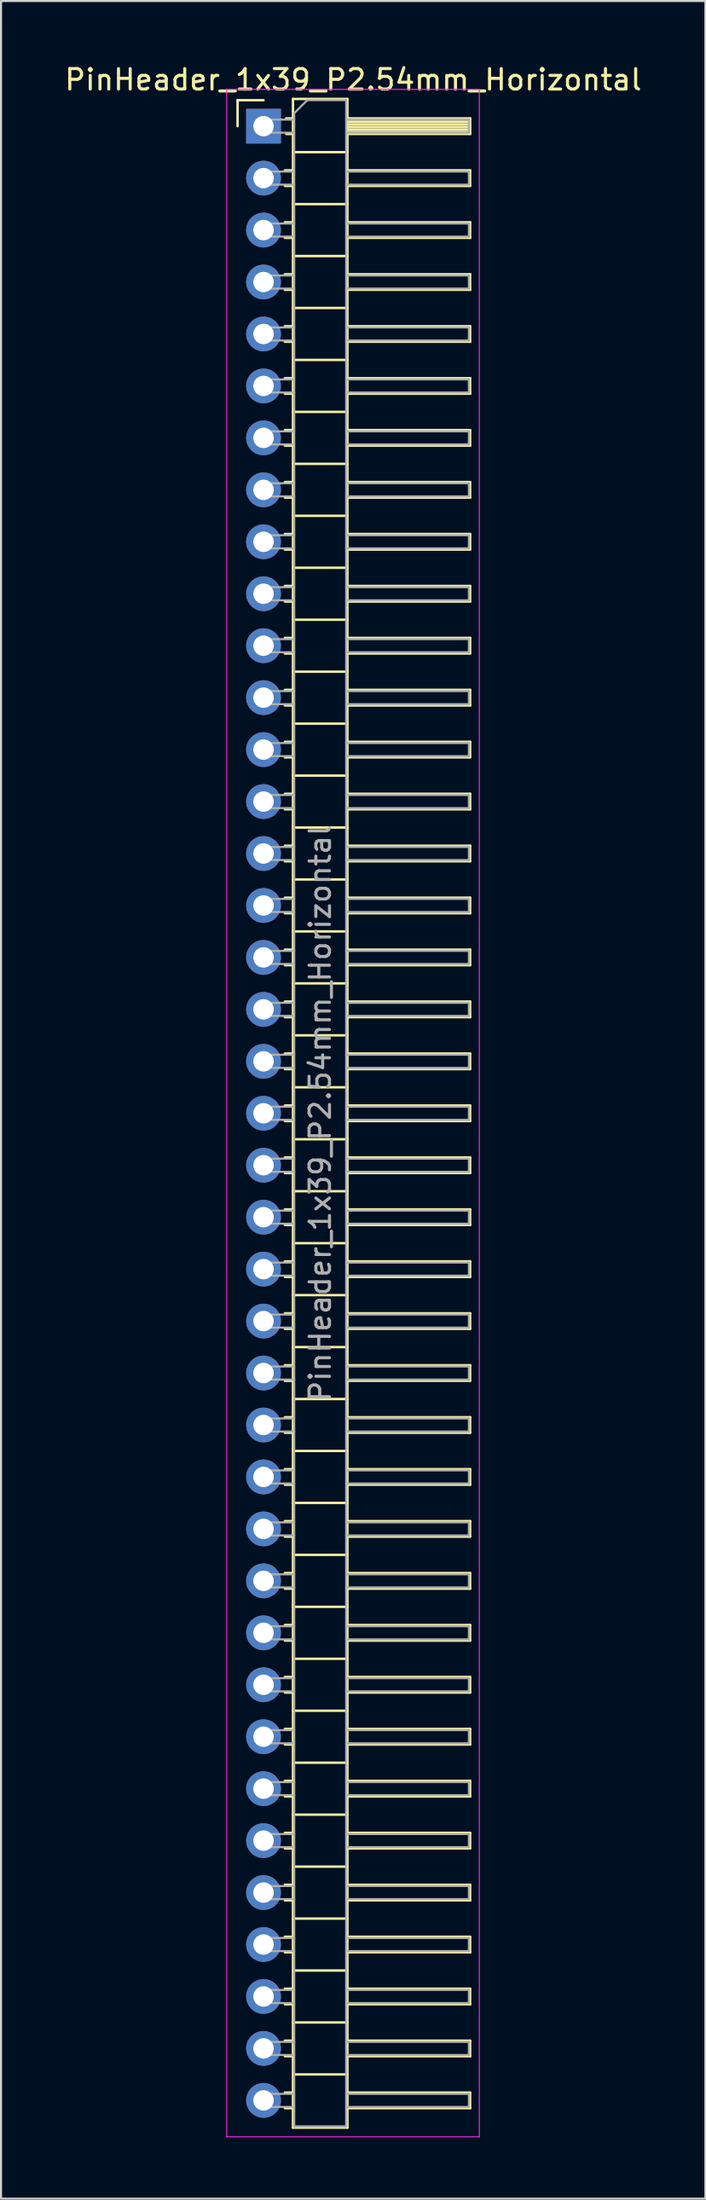
<source format=kicad_pcb>
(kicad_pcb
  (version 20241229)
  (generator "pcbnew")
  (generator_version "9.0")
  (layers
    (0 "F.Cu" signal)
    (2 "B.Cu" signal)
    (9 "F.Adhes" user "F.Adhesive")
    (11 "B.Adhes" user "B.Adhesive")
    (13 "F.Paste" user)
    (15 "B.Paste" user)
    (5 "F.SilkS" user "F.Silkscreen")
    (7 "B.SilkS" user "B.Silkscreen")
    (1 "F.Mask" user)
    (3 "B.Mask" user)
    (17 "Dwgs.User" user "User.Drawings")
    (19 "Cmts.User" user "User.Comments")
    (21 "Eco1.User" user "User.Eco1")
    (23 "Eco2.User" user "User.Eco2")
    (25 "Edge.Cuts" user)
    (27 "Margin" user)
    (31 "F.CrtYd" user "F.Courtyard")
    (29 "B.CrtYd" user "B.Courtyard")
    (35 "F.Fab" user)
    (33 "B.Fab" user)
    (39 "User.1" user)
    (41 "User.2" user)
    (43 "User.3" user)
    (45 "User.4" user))
  (footprint "PinHeader_1x39_P2.54mm_Horizontal"
    (layer "F.Cu")
    (at 9.835 3.118)
    (property "Reference" "PinHeader_1x39_P2.54mm_Horizontal" (at 4.385 -2.27 0) (layer "F.SilkS") (effects (font (size 1 1) (thickness 0.15))))
    (attr through_hole)
    (fp_line (start -1.27 -1.27) (end 0 -1.27) (stroke (width 0.12) (type solid)) (layer "F.SilkS"))
    (fp_line (start -1.27 0) (end -1.27 -1.27) (stroke (width 0.12) (type solid)) (layer "F.SilkS"))
    (fp_line (start 1.043 2.16) (end 1.44 2.16) (stroke (width 0.12) (type solid)) (layer "F.SilkS"))
    (fp_line (start 1.043 2.92) (end 1.44 2.92) (stroke (width 0.12) (type solid)) (layer "F.SilkS"))
    (fp_line (start 1.043 4.7) (end 1.44 4.7) (stroke (width 0.12) (type solid)) (layer "F.SilkS"))
    (fp_line (start 1.043 5.46) (end 1.44 5.46) (stroke (width 0.12) (type solid)) (layer "F.SilkS"))
    (fp_line (start 1.043 7.24) (end 1.44 7.24) (stroke (width 0.12) (type solid)) (layer "F.SilkS"))
    (fp_line (start 1.043 8) (end 1.44 8) (stroke (width 0.12) (type solid)) (layer "F.SilkS"))
    (fp_line (start 1.043 9.78) (end 1.44 9.78) (stroke (width 0.12) (type solid)) (layer "F.SilkS"))
    (fp_line (start 1.043 10.54) (end 1.44 10.54) (stroke (width 0.12) (type solid)) (layer "F.SilkS"))
    (fp_line (start 1.043 12.32) (end 1.44 12.32) (stroke (width 0.12) (type solid)) (layer "F.SilkS"))
    (fp_line (start 1.043 13.08) (end 1.44 13.08) (stroke (width 0.12) (type solid)) (layer "F.SilkS"))
    (fp_line (start 1.043 14.86) (end 1.44 14.86) (stroke (width 0.12) (type solid)) (layer "F.SilkS"))
    (fp_line (start 1.043 15.62) (end 1.44 15.62) (stroke (width 0.12) (type solid)) (layer "F.SilkS"))
    (fp_line (start 1.043 17.4) (end 1.44 17.4) (stroke (width 0.12) (type solid)) (layer "F.SilkS"))
    (fp_line (start 1.043 18.16) (end 1.44 18.16) (stroke (width 0.12) (type solid)) (layer "F.SilkS"))
    (fp_line (start 1.043 19.94) (end 1.44 19.94) (stroke (width 0.12) (type solid)) (layer "F.SilkS"))
    (fp_line (start 1.043 20.7) (end 1.44 20.7) (stroke (width 0.12) (type solid)) (layer "F.SilkS"))
    (fp_line (start 1.043 22.48) (end 1.44 22.48) (stroke (width 0.12) (type solid)) (layer "F.SilkS"))
    (fp_line (start 1.043 23.24) (end 1.44 23.24) (stroke (width 0.12) (type solid)) (layer "F.SilkS"))
    (fp_line (start 1.043 25.02) (end 1.44 25.02) (stroke (width 0.12) (type solid)) (layer "F.SilkS"))
    (fp_line (start 1.043 25.78) (end 1.44 25.78) (stroke (width 0.12) (type solid)) (layer "F.SilkS"))
    (fp_line (start 1.043 27.56) (end 1.44 27.56) (stroke (width 0.12) (type solid)) (layer "F.SilkS"))
    (fp_line (start 1.043 28.32) (end 1.44 28.32) (stroke (width 0.12) (type solid)) (layer "F.SilkS"))
    (fp_line (start 1.043 30.1) (end 1.44 30.1) (stroke (width 0.12) (type solid)) (layer "F.SilkS"))
    (fp_line (start 1.043 30.86) (end 1.44 30.86) (stroke (width 0.12) (type solid)) (layer "F.SilkS"))
    (fp_line (start 1.043 32.64) (end 1.44 32.64) (stroke (width 0.12) (type solid)) (layer "F.SilkS"))
    (fp_line (start 1.043 33.4) (end 1.44 33.4) (stroke (width 0.12) (type solid)) (layer "F.SilkS"))
    (fp_line (start 1.043 35.18) (end 1.44 35.18) (stroke (width 0.12) (type solid)) (layer "F.SilkS"))
    (fp_line (start 1.043 35.94) (end 1.44 35.94) (stroke (width 0.12) (type solid)) (layer "F.SilkS"))
    (fp_line (start 1.043 37.72) (end 1.44 37.72) (stroke (width 0.12) (type solid)) (layer "F.SilkS"))
    (fp_line (start 1.043 38.48) (end 1.44 38.48) (stroke (width 0.12) (type solid)) (layer "F.SilkS"))
    (fp_line (start 1.043 40.26) (end 1.44 40.26) (stroke (width 0.12) (type solid)) (layer "F.SilkS"))
    (fp_line (start 1.043 41.02) (end 1.44 41.02) (stroke (width 0.12) (type solid)) (layer "F.SilkS"))
    (fp_line (start 1.043 42.8) (end 1.44 42.8) (stroke (width 0.12) (type solid)) (layer "F.SilkS"))
    (fp_line (start 1.043 43.56) (end 1.44 43.56) (stroke (width 0.12) (type solid)) (layer "F.SilkS"))
    (fp_line (start 1.043 45.34) (end 1.44 45.34) (stroke (width 0.12) (type solid)) (layer "F.SilkS"))
    (fp_line (start 1.043 46.1) (end 1.44 46.1) (stroke (width 0.12) (type solid)) (layer "F.SilkS"))
    (fp_line (start 1.043 47.88) (end 1.44 47.88) (stroke (width 0.12) (type solid)) (layer "F.SilkS"))
    (fp_line (start 1.043 48.64) (end 1.44 48.64) (stroke (width 0.12) (type solid)) (layer "F.SilkS"))
    (fp_line (start 1.043 50.42) (end 1.44 50.42) (stroke (width 0.12) (type solid)) (layer "F.SilkS"))
    (fp_line (start 1.043 51.18) (end 1.44 51.18) (stroke (width 0.12) (type solid)) (layer "F.SilkS"))
    (fp_line (start 1.043 52.96) (end 1.44 52.96) (stroke (width 0.12) (type solid)) (layer "F.SilkS"))
    (fp_line (start 1.043 53.72) (end 1.44 53.72) (stroke (width 0.12) (type solid)) (layer "F.SilkS"))
    (fp_line (start 1.043 55.5) (end 1.44 55.5) (stroke (width 0.12) (type solid)) (layer "F.SilkS"))
    (fp_line (start 1.043 56.26) (end 1.44 56.26) (stroke (width 0.12) (type solid)) (layer "F.SilkS"))
    (fp_line (start 1.043 58.04) (end 1.44 58.04) (stroke (width 0.12) (type solid)) (layer "F.SilkS"))
    (fp_line (start 1.043 58.8) (end 1.44 58.8) (stroke (width 0.12) (type solid)) (layer "F.SilkS"))
    (fp_line (start 1.043 60.58) (end 1.44 60.58) (stroke (width 0.12) (type solid)) (layer "F.SilkS"))
    (fp_line (start 1.043 61.34) (end 1.44 61.34) (stroke (width 0.12) (type solid)) (layer "F.SilkS"))
    (fp_line (start 1.043 63.12) (end 1.44 63.12) (stroke (width 0.12) (type solid)) (layer "F.SilkS"))
    (fp_line (start 1.043 63.88) (end 1.44 63.88) (stroke (width 0.12) (type solid)) (layer "F.SilkS"))
    (fp_line (start 1.043 65.66) (end 1.44 65.66) (stroke (width 0.12) (type solid)) (layer "F.SilkS"))
    (fp_line (start 1.043 66.42) (end 1.44 66.42) (stroke (width 0.12) (type solid)) (layer "F.SilkS"))
    (fp_line (start 1.043 68.2) (end 1.44 68.2) (stroke (width 0.12) (type solid)) (layer "F.SilkS"))
    (fp_line (start 1.043 68.96) (end 1.44 68.96) (stroke (width 0.12) (type solid)) (layer "F.SilkS"))
    (fp_line (start 1.043 70.74) (end 1.44 70.74) (stroke (width 0.12) (type solid)) (layer "F.SilkS"))
    (fp_line (start 1.043 71.5) (end 1.44 71.5) (stroke (width 0.12) (type solid)) (layer "F.SilkS"))
    (fp_line (start 1.043 73.28) (end 1.44 73.28) (stroke (width 0.12) (type solid)) (layer "F.SilkS"))
    (fp_line (start 1.043 74.04) (end 1.44 74.04) (stroke (width 0.12) (type solid)) (layer "F.SilkS"))
    (fp_line (start 1.043 75.82) (end 1.44 75.82) (stroke (width 0.12) (type solid)) (layer "F.SilkS"))
    (fp_line (start 1.043 76.58) (end 1.44 76.58) (stroke (width 0.12) (type solid)) (layer "F.SilkS"))
    (fp_line (start 1.043 78.36) (end 1.44 78.36) (stroke (width 0.12) (type solid)) (layer "F.SilkS"))
    (fp_line (start 1.043 79.12) (end 1.44 79.12) (stroke (width 0.12) (type solid)) (layer "F.SilkS"))
    (fp_line (start 1.043 80.9) (end 1.44 80.9) (stroke (width 0.12) (type solid)) (layer "F.SilkS"))
    (fp_line (start 1.043 81.66) (end 1.44 81.66) (stroke (width 0.12) (type solid)) (layer "F.SilkS"))
    (fp_line (start 1.043 83.44) (end 1.44 83.44) (stroke (width 0.12) (type solid)) (layer "F.SilkS"))
    (fp_line (start 1.043 84.2) (end 1.44 84.2) (stroke (width 0.12) (type solid)) (layer "F.SilkS"))
    (fp_line (start 1.043 85.98) (end 1.44 85.98) (stroke (width 0.12) (type solid)) (layer "F.SilkS"))
    (fp_line (start 1.043 86.74) (end 1.44 86.74) (stroke (width 0.12) (type solid)) (layer "F.SilkS"))
    (fp_line (start 1.043 88.52) (end 1.44 88.52) (stroke (width 0.12) (type solid)) (layer "F.SilkS"))
    (fp_line (start 1.043 89.28) (end 1.44 89.28) (stroke (width 0.12) (type solid)) (layer "F.SilkS"))
    (fp_line (start 1.043 91.06) (end 1.44 91.06) (stroke (width 0.12) (type solid)) (layer "F.SilkS"))
    (fp_line (start 1.043 91.82) (end 1.44 91.82) (stroke (width 0.12) (type solid)) (layer "F.SilkS"))
    (fp_line (start 1.043 93.6) (end 1.44 93.6) (stroke (width 0.12) (type solid)) (layer "F.SilkS"))
    (fp_line (start 1.043 94.36) (end 1.44 94.36) (stroke (width 0.12) (type solid)) (layer "F.SilkS"))
    (fp_line (start 1.043 96.14) (end 1.44 96.14) (stroke (width 0.12) (type solid)) (layer "F.SilkS"))
    (fp_line (start 1.043 96.9) (end 1.44 96.9) (stroke (width 0.12) (type solid)) (layer "F.SilkS"))
    (fp_line (start 1.11 -0.38) (end 1.44 -0.38) (stroke (width 0.12) (type solid)) (layer "F.SilkS"))
    (fp_line (start 1.11 0.38) (end 1.44 0.38) (stroke (width 0.12) (type solid)) (layer "F.SilkS"))
    (fp_line (start 1.44 -1.33) (end 1.44 97.85) (stroke (width 0.12) (type solid)) (layer "F.SilkS"))
    (fp_line (start 1.44 1.27) (end 4.1 1.27) (stroke (width 0.12) (type solid)) (layer "F.SilkS"))
    (fp_line (start 1.44 3.81) (end 4.1 3.81) (stroke (width 0.12) (type solid)) (layer "F.SilkS"))
    (fp_line (start 1.44 6.35) (end 4.1 6.35) (stroke (width 0.12) (type solid)) (layer "F.SilkS"))
    (fp_line (start 1.44 8.89) (end 4.1 8.89) (stroke (width 0.12) (type solid)) (layer "F.SilkS"))
    (fp_line (start 1.44 11.43) (end 4.1 11.43) (stroke (width 0.12) (type solid)) (layer "F.SilkS"))
    (fp_line (start 1.44 13.97) (end 4.1 13.97) (stroke (width 0.12) (type solid)) (layer "F.SilkS"))
    (fp_line (start 1.44 16.51) (end 4.1 16.51) (stroke (width 0.12) (type solid)) (layer "F.SilkS"))
    (fp_line (start 1.44 19.05) (end 4.1 19.05) (stroke (width 0.12) (type solid)) (layer "F.SilkS"))
    (fp_line (start 1.44 21.59) (end 4.1 21.59) (stroke (width 0.12) (type solid)) (layer "F.SilkS"))
    (fp_line (start 1.44 24.13) (end 4.1 24.13) (stroke (width 0.12) (type solid)) (layer "F.SilkS"))
    (fp_line (start 1.44 26.67) (end 4.1 26.67) (stroke (width 0.12) (type solid)) (layer "F.SilkS"))
    (fp_line (start 1.44 29.21) (end 4.1 29.21) (stroke (width 0.12) (type solid)) (layer "F.SilkS"))
    (fp_line (start 1.44 31.75) (end 4.1 31.75) (stroke (width 0.12) (type solid)) (layer "F.SilkS"))
    (fp_line (start 1.44 34.29) (end 4.1 34.29) (stroke (width 0.12) (type solid)) (layer "F.SilkS"))
    (fp_line (start 1.44 36.83) (end 4.1 36.83) (stroke (width 0.12) (type solid)) (layer "F.SilkS"))
    (fp_line (start 1.44 39.37) (end 4.1 39.37) (stroke (width 0.12) (type solid)) (layer "F.SilkS"))
    (fp_line (start 1.44 41.91) (end 4.1 41.91) (stroke (width 0.12) (type solid)) (layer "F.SilkS"))
    (fp_line (start 1.44 44.45) (end 4.1 44.45) (stroke (width 0.12) (type solid)) (layer "F.SilkS"))
    (fp_line (start 1.44 46.99) (end 4.1 46.99) (stroke (width 0.12) (type solid)) (layer "F.SilkS"))
    (fp_line (start 1.44 49.53) (end 4.1 49.53) (stroke (width 0.12) (type solid)) (layer "F.SilkS"))
    (fp_line (start 1.44 52.07) (end 4.1 52.07) (stroke (width 0.12) (type solid)) (layer "F.SilkS"))
    (fp_line (start 1.44 54.61) (end 4.1 54.61) (stroke (width 0.12) (type solid)) (layer "F.SilkS"))
    (fp_line (start 1.44 57.15) (end 4.1 57.15) (stroke (width 0.12) (type solid)) (layer "F.SilkS"))
    (fp_line (start 1.44 59.69) (end 4.1 59.69) (stroke (width 0.12) (type solid)) (layer "F.SilkS"))
    (fp_line (start 1.44 62.23) (end 4.1 62.23) (stroke (width 0.12) (type solid)) (layer "F.SilkS"))
    (fp_line (start 1.44 64.77) (end 4.1 64.77) (stroke (width 0.12) (type solid)) (layer "F.SilkS"))
    (fp_line (start 1.44 67.31) (end 4.1 67.31) (stroke (width 0.12) (type solid)) (layer "F.SilkS"))
    (fp_line (start 1.44 69.85) (end 4.1 69.85) (stroke (width 0.12) (type solid)) (layer "F.SilkS"))
    (fp_line (start 1.44 72.39) (end 4.1 72.39) (stroke (width 0.12) (type solid)) (layer "F.SilkS"))
    (fp_line (start 1.44 74.93) (end 4.1 74.93) (stroke (width 0.12) (type solid)) (layer "F.SilkS"))
    (fp_line (start 1.44 77.47) (end 4.1 77.47) (stroke (width 0.12) (type solid)) (layer "F.SilkS"))
    (fp_line (start 1.44 80.01) (end 4.1 80.01) (stroke (width 0.12) (type solid)) (layer "F.SilkS"))
    (fp_line (start 1.44 82.55) (end 4.1 82.55) (stroke (width 0.12) (type solid)) (layer "F.SilkS"))
    (fp_line (start 1.44 85.09) (end 4.1 85.09) (stroke (width 0.12) (type solid)) (layer "F.SilkS"))
    (fp_line (start 1.44 87.63) (end 4.1 87.63) (stroke (width 0.12) (type solid)) (layer "F.SilkS"))
    (fp_line (start 1.44 90.17) (end 4.1 90.17) (stroke (width 0.12) (type solid)) (layer "F.SilkS"))
    (fp_line (start 1.44 92.71) (end 4.1 92.71) (stroke (width 0.12) (type solid)) (layer "F.SilkS"))
    (fp_line (start 1.44 95.25) (end 4.1 95.25) (stroke (width 0.12) (type solid)) (layer "F.SilkS"))
    (fp_line (start 1.44 97.85) (end 4.1 97.85) (stroke (width 0.12) (type solid)) (layer "F.SilkS"))
    (fp_line (start 4.1 -1.33) (end 1.44 -1.33) (stroke (width 0.12) (type solid)) (layer "F.SilkS"))
    (fp_line (start 4.1 -0.38) (end 10.1 -0.38) (stroke (width 0.12) (type solid)) (layer "F.SilkS"))
    (fp_line (start 4.1 -0.32) (end 10.1 -0.32) (stroke (width 0.12) (type solid)) (layer "F.SilkS"))
    (fp_line (start 4.1 -0.2) (end 10.1 -0.2) (stroke (width 0.12) (type solid)) (layer "F.SilkS"))
    (fp_line (start 4.1 -0.08) (end 10.1 -0.08) (stroke (width 0.12) (type solid)) (layer "F.SilkS"))
    (fp_line (start 4.1 0.04) (end 10.1 0.04) (stroke (width 0.12) (type solid)) (layer "F.SilkS"))
    (fp_line (start 4.1 0.16) (end 10.1 0.16) (stroke (width 0.12) (type solid)) (layer "F.SilkS"))
    (fp_line (start 4.1 0.28) (end 10.1 0.28) (stroke (width 0.12) (type solid)) (layer "F.SilkS"))
    (fp_line (start 4.1 2.16) (end 10.1 2.16) (stroke (width 0.12) (type solid)) (layer "F.SilkS"))
    (fp_line (start 4.1 4.7) (end 10.1 4.7) (stroke (width 0.12) (type solid)) (layer "F.SilkS"))
    (fp_line (start 4.1 7.24) (end 10.1 7.24) (stroke (width 0.12) (type solid)) (layer "F.SilkS"))
    (fp_line (start 4.1 9.78) (end 10.1 9.78) (stroke (width 0.12) (type solid)) (layer "F.SilkS"))
    (fp_line (start 4.1 12.32) (end 10.1 12.32) (stroke (width 0.12) (type solid)) (layer "F.SilkS"))
    (fp_line (start 4.1 14.86) (end 10.1 14.86) (stroke (width 0.12) (type solid)) (layer "F.SilkS"))
    (fp_line (start 4.1 17.4) (end 10.1 17.4) (stroke (width 0.12) (type solid)) (layer "F.SilkS"))
    (fp_line (start 4.1 19.94) (end 10.1 19.94) (stroke (width 0.12) (type solid)) (layer "F.SilkS"))
    (fp_line (start 4.1 22.48) (end 10.1 22.48) (stroke (width 0.12) (type solid)) (layer "F.SilkS"))
    (fp_line (start 4.1 25.02) (end 10.1 25.02) (stroke (width 0.12) (type solid)) (layer "F.SilkS"))
    (fp_line (start 4.1 27.56) (end 10.1 27.56) (stroke (width 0.12) (type solid)) (layer "F.SilkS"))
    (fp_line (start 4.1 30.1) (end 10.1 30.1) (stroke (width 0.12) (type solid)) (layer "F.SilkS"))
    (fp_line (start 4.1 32.64) (end 10.1 32.64) (stroke (width 0.12) (type solid)) (layer "F.SilkS"))
    (fp_line (start 4.1 35.18) (end 10.1 35.18) (stroke (width 0.12) (type solid)) (layer "F.SilkS"))
    (fp_line (start 4.1 37.72) (end 10.1 37.72) (stroke (width 0.12) (type solid)) (layer "F.SilkS"))
    (fp_line (start 4.1 40.26) (end 10.1 40.26) (stroke (width 0.12) (type solid)) (layer "F.SilkS"))
    (fp_line (start 4.1 42.8) (end 10.1 42.8) (stroke (width 0.12) (type solid)) (layer "F.SilkS"))
    (fp_line (start 4.1 45.34) (end 10.1 45.34) (stroke (width 0.12) (type solid)) (layer "F.SilkS"))
    (fp_line (start 4.1 47.88) (end 10.1 47.88) (stroke (width 0.12) (type solid)) (layer "F.SilkS"))
    (fp_line (start 4.1 50.42) (end 10.1 50.42) (stroke (width 0.12) (type solid)) (layer "F.SilkS"))
    (fp_line (start 4.1 52.96) (end 10.1 52.96) (stroke (width 0.12) (type solid)) (layer "F.SilkS"))
    (fp_line (start 4.1 55.5) (end 10.1 55.5) (stroke (width 0.12) (type solid)) (layer "F.SilkS"))
    (fp_line (start 4.1 58.04) (end 10.1 58.04) (stroke (width 0.12) (type solid)) (layer "F.SilkS"))
    (fp_line (start 4.1 60.58) (end 10.1 60.58) (stroke (width 0.12) (type solid)) (layer "F.SilkS"))
    (fp_line (start 4.1 63.12) (end 10.1 63.12) (stroke (width 0.12) (type solid)) (layer "F.SilkS"))
    (fp_line (start 4.1 65.66) (end 10.1 65.66) (stroke (width 0.12) (type solid)) (layer "F.SilkS"))
    (fp_line (start 4.1 68.2) (end 10.1 68.2) (stroke (width 0.12) (type solid)) (layer "F.SilkS"))
    (fp_line (start 4.1 70.74) (end 10.1 70.74) (stroke (width 0.12) (type solid)) (layer "F.SilkS"))
    (fp_line (start 4.1 73.28) (end 10.1 73.28) (stroke (width 0.12) (type solid)) (layer "F.SilkS"))
    (fp_line (start 4.1 75.82) (end 10.1 75.82) (stroke (width 0.12) (type solid)) (layer "F.SilkS"))
    (fp_line (start 4.1 78.36) (end 10.1 78.36) (stroke (width 0.12) (type solid)) (layer "F.SilkS"))
    (fp_line (start 4.1 80.9) (end 10.1 80.9) (stroke (width 0.12) (type solid)) (layer "F.SilkS"))
    (fp_line (start 4.1 83.44) (end 10.1 83.44) (stroke (width 0.12) (type solid)) (layer "F.SilkS"))
    (fp_line (start 4.1 85.98) (end 10.1 85.98) (stroke (width 0.12) (type solid)) (layer "F.SilkS"))
    (fp_line (start 4.1 88.52) (end 10.1 88.52) (stroke (width 0.12) (type solid)) (layer "F.SilkS"))
    (fp_line (start 4.1 91.06) (end 10.1 91.06) (stroke (width 0.12) (type solid)) (layer "F.SilkS"))
    (fp_line (start 4.1 93.6) (end 10.1 93.6) (stroke (width 0.12) (type solid)) (layer "F.SilkS"))
    (fp_line (start 4.1 96.14) (end 10.1 96.14) (stroke (width 0.12) (type solid)) (layer "F.SilkS"))
    (fp_line (start 4.1 97.85) (end 4.1 -1.33) (stroke (width 0.12) (type solid)) (layer "F.SilkS"))
    (fp_line (start 10.1 -0.38) (end 10.1 0.38) (stroke (width 0.12) (type solid)) (layer "F.SilkS"))
    (fp_line (start 10.1 0.38) (end 4.1 0.38) (stroke (width 0.12) (type solid)) (layer "F.SilkS"))
    (fp_line (start 10.1 2.16) (end 10.1 2.92) (stroke (width 0.12) (type solid)) (layer "F.SilkS"))
    (fp_line (start 10.1 2.92) (end 4.1 2.92) (stroke (width 0.12) (type solid)) (layer "F.SilkS"))
    (fp_line (start 10.1 4.7) (end 10.1 5.46) (stroke (width 0.12) (type solid)) (layer "F.SilkS"))
    (fp_line (start 10.1 5.46) (end 4.1 5.46) (stroke (width 0.12) (type solid)) (layer "F.SilkS"))
    (fp_line (start 10.1 7.24) (end 10.1 8) (stroke (width 0.12) (type solid)) (layer "F.SilkS"))
    (fp_line (start 10.1 8) (end 4.1 8) (stroke (width 0.12) (type solid)) (layer "F.SilkS"))
    (fp_line (start 10.1 9.78) (end 10.1 10.54) (stroke (width 0.12) (type solid)) (layer "F.SilkS"))
    (fp_line (start 10.1 10.54) (end 4.1 10.54) (stroke (width 0.12) (type solid)) (layer "F.SilkS"))
    (fp_line (start 10.1 12.32) (end 10.1 13.08) (stroke (width 0.12) (type solid)) (layer "F.SilkS"))
    (fp_line (start 10.1 13.08) (end 4.1 13.08) (stroke (width 0.12) (type solid)) (layer "F.SilkS"))
    (fp_line (start 10.1 14.86) (end 10.1 15.62) (stroke (width 0.12) (type solid)) (layer "F.SilkS"))
    (fp_line (start 10.1 15.62) (end 4.1 15.62) (stroke (width 0.12) (type solid)) (layer "F.SilkS"))
    (fp_line (start 10.1 17.4) (end 10.1 18.16) (stroke (width 0.12) (type solid)) (layer "F.SilkS"))
    (fp_line (start 10.1 18.16) (end 4.1 18.16) (stroke (width 0.12) (type solid)) (layer "F.SilkS"))
    (fp_line (start 10.1 19.94) (end 10.1 20.7) (stroke (width 0.12) (type solid)) (layer "F.SilkS"))
    (fp_line (start 10.1 20.7) (end 4.1 20.7) (stroke (width 0.12) (type solid)) (layer "F.SilkS"))
    (fp_line (start 10.1 22.48) (end 10.1 23.24) (stroke (width 0.12) (type solid)) (layer "F.SilkS"))
    (fp_line (start 10.1 23.24) (end 4.1 23.24) (stroke (width 0.12) (type solid)) (layer "F.SilkS"))
    (fp_line (start 10.1 25.02) (end 10.1 25.78) (stroke (width 0.12) (type solid)) (layer "F.SilkS"))
    (fp_line (start 10.1 25.78) (end 4.1 25.78) (stroke (width 0.12) (type solid)) (layer "F.SilkS"))
    (fp_line (start 10.1 27.56) (end 10.1 28.32) (stroke (width 0.12) (type solid)) (layer "F.SilkS"))
    (fp_line (start 10.1 28.32) (end 4.1 28.32) (stroke (width 0.12) (type solid)) (layer "F.SilkS"))
    (fp_line (start 10.1 30.1) (end 10.1 30.86) (stroke (width 0.12) (type solid)) (layer "F.SilkS"))
    (fp_line (start 10.1 30.86) (end 4.1 30.86) (stroke (width 0.12) (type solid)) (layer "F.SilkS"))
    (fp_line (start 10.1 32.64) (end 10.1 33.4) (stroke (width 0.12) (type solid)) (layer "F.SilkS"))
    (fp_line (start 10.1 33.4) (end 4.1 33.4) (stroke (width 0.12) (type solid)) (layer "F.SilkS"))
    (fp_line (start 10.1 35.18) (end 10.1 35.94) (stroke (width 0.12) (type solid)) (layer "F.SilkS"))
    (fp_line (start 10.1 35.94) (end 4.1 35.94) (stroke (width 0.12) (type solid)) (layer "F.SilkS"))
    (fp_line (start 10.1 37.72) (end 10.1 38.48) (stroke (width 0.12) (type solid)) (layer "F.SilkS"))
    (fp_line (start 10.1 38.48) (end 4.1 38.48) (stroke (width 0.12) (type solid)) (layer "F.SilkS"))
    (fp_line (start 10.1 40.26) (end 10.1 41.02) (stroke (width 0.12) (type solid)) (layer "F.SilkS"))
    (fp_line (start 10.1 41.02) (end 4.1 41.02) (stroke (width 0.12) (type solid)) (layer "F.SilkS"))
    (fp_line (start 10.1 42.8) (end 10.1 43.56) (stroke (width 0.12) (type solid)) (layer "F.SilkS"))
    (fp_line (start 10.1 43.56) (end 4.1 43.56) (stroke (width 0.12) (type solid)) (layer "F.SilkS"))
    (fp_line (start 10.1 45.34) (end 10.1 46.1) (stroke (width 0.12) (type solid)) (layer "F.SilkS"))
    (fp_line (start 10.1 46.1) (end 4.1 46.1) (stroke (width 0.12) (type solid)) (layer "F.SilkS"))
    (fp_line (start 10.1 47.88) (end 10.1 48.64) (stroke (width 0.12) (type solid)) (layer "F.SilkS"))
    (fp_line (start 10.1 48.64) (end 4.1 48.64) (stroke (width 0.12) (type solid)) (layer "F.SilkS"))
    (fp_line (start 10.1 50.42) (end 10.1 51.18) (stroke (width 0.12) (type solid)) (layer "F.SilkS"))
    (fp_line (start 10.1 51.18) (end 4.1 51.18) (stroke (width 0.12) (type solid)) (layer "F.SilkS"))
    (fp_line (start 10.1 52.96) (end 10.1 53.72) (stroke (width 0.12) (type solid)) (layer "F.SilkS"))
    (fp_line (start 10.1 53.72) (end 4.1 53.72) (stroke (width 0.12) (type solid)) (layer "F.SilkS"))
    (fp_line (start 10.1 55.5) (end 10.1 56.26) (stroke (width 0.12) (type solid)) (layer "F.SilkS"))
    (fp_line (start 10.1 56.26) (end 4.1 56.26) (stroke (width 0.12) (type solid)) (layer "F.SilkS"))
    (fp_line (start 10.1 58.04) (end 10.1 58.8) (stroke (width 0.12) (type solid)) (layer "F.SilkS"))
    (fp_line (start 10.1 58.8) (end 4.1 58.8) (stroke (width 0.12) (type solid)) (layer "F.SilkS"))
    (fp_line (start 10.1 60.58) (end 10.1 61.34) (stroke (width 0.12) (type solid)) (layer "F.SilkS"))
    (fp_line (start 10.1 61.34) (end 4.1 61.34) (stroke (width 0.12) (type solid)) (layer "F.SilkS"))
    (fp_line (start 10.1 63.12) (end 10.1 63.88) (stroke (width 0.12) (type solid)) (layer "F.SilkS"))
    (fp_line (start 10.1 63.88) (end 4.1 63.88) (stroke (width 0.12) (type solid)) (layer "F.SilkS"))
    (fp_line (start 10.1 65.66) (end 10.1 66.42) (stroke (width 0.12) (type solid)) (layer "F.SilkS"))
    (fp_line (start 10.1 66.42) (end 4.1 66.42) (stroke (width 0.12) (type solid)) (layer "F.SilkS"))
    (fp_line (start 10.1 68.2) (end 10.1 68.96) (stroke (width 0.12) (type solid)) (layer "F.SilkS"))
    (fp_line (start 10.1 68.96) (end 4.1 68.96) (stroke (width 0.12) (type solid)) (layer "F.SilkS"))
    (fp_line (start 10.1 70.74) (end 10.1 71.5) (stroke (width 0.12) (type solid)) (layer "F.SilkS"))
    (fp_line (start 10.1 71.5) (end 4.1 71.5) (stroke (width 0.12) (type solid)) (layer "F.SilkS"))
    (fp_line (start 10.1 73.28) (end 10.1 74.04) (stroke (width 0.12) (type solid)) (layer "F.SilkS"))
    (fp_line (start 10.1 74.04) (end 4.1 74.04) (stroke (width 0.12) (type solid)) (layer "F.SilkS"))
    (fp_line (start 10.1 75.82) (end 10.1 76.58) (stroke (width 0.12) (type solid)) (layer "F.SilkS"))
    (fp_line (start 10.1 76.58) (end 4.1 76.58) (stroke (width 0.12) (type solid)) (layer "F.SilkS"))
    (fp_line (start 10.1 78.36) (end 10.1 79.12) (stroke (width 0.12) (type solid)) (layer "F.SilkS"))
    (fp_line (start 10.1 79.12) (end 4.1 79.12) (stroke (width 0.12) (type solid)) (layer "F.SilkS"))
    (fp_line (start 10.1 80.9) (end 10.1 81.66) (stroke (width 0.12) (type solid)) (layer "F.SilkS"))
    (fp_line (start 10.1 81.66) (end 4.1 81.66) (stroke (width 0.12) (type solid)) (layer "F.SilkS"))
    (fp_line (start 10.1 83.44) (end 10.1 84.2) (stroke (width 0.12) (type solid)) (layer "F.SilkS"))
    (fp_line (start 10.1 84.2) (end 4.1 84.2) (stroke (width 0.12) (type solid)) (layer "F.SilkS"))
    (fp_line (start 10.1 85.98) (end 10.1 86.74) (stroke (width 0.12) (type solid)) (layer "F.SilkS"))
    (fp_line (start 10.1 86.74) (end 4.1 86.74) (stroke (width 0.12) (type solid)) (layer "F.SilkS"))
    (fp_line (start 10.1 88.52) (end 10.1 89.28) (stroke (width 0.12) (type solid)) (layer "F.SilkS"))
    (fp_line (start 10.1 89.28) (end 4.1 89.28) (stroke (width 0.12) (type solid)) (layer "F.SilkS"))
    (fp_line (start 10.1 91.06) (end 10.1 91.82) (stroke (width 0.12) (type solid)) (layer "F.SilkS"))
    (fp_line (start 10.1 91.82) (end 4.1 91.82) (stroke (width 0.12) (type solid)) (layer "F.SilkS"))
    (fp_line (start 10.1 93.6) (end 10.1 94.36) (stroke (width 0.12) (type solid)) (layer "F.SilkS"))
    (fp_line (start 10.1 94.36) (end 4.1 94.36) (stroke (width 0.12) (type solid)) (layer "F.SilkS"))
    (fp_line (start 10.1 96.14) (end 10.1 96.9) (stroke (width 0.12) (type solid)) (layer "F.SilkS"))
    (fp_line (start 10.1 96.9) (end 4.1 96.9) (stroke (width 0.12) (type solid)) (layer "F.SilkS"))
    (fp_line (start -1.8 -1.8) (end -1.8 98.3) (stroke (width 0.05) (type solid)) (layer "F.CrtYd"))
    (fp_line (start -1.8 98.3) (end 10.55 98.3) (stroke (width 0.05) (type solid)) (layer "F.CrtYd"))
    (fp_line (start 10.55 -1.8) (end -1.8 -1.8) (stroke (width 0.05) (type solid)) (layer "F.CrtYd"))
    (fp_line (start 10.55 98.3) (end 10.55 -1.8) (stroke (width 0.05) (type solid)) (layer "F.CrtYd"))
    (fp_line (start -0.32 -0.32) (end -0.32 0.32) (stroke (width 0.1) (type solid)) (layer "F.Fab"))
    (fp_line (start -0.32 -0.32) (end 1.5 -0.32) (stroke (width 0.1) (type solid)) (layer "F.Fab"))
    (fp_line (start -0.32 0.32) (end 1.5 0.32) (stroke (width 0.1) (type solid)) (layer "F.Fab"))
    (fp_line (start -0.32 2.22) (end -0.32 2.86) (stroke (width 0.1) (type solid)) (layer "F.Fab"))
    (fp_line (start -0.32 2.22) (end 1.5 2.22) (stroke (width 0.1) (type solid)) (layer "F.Fab"))
    (fp_line (start -0.32 2.86) (end 1.5 2.86) (stroke (width 0.1) (type solid)) (layer "F.Fab"))
    (fp_line (start -0.32 4.76) (end -0.32 5.4) (stroke (width 0.1) (type solid)) (layer "F.Fab"))
    (fp_line (start -0.32 4.76) (end 1.5 4.76) (stroke (width 0.1) (type solid)) (layer "F.Fab"))
    (fp_line (start -0.32 5.4) (end 1.5 5.4) (stroke (width 0.1) (type solid)) (layer "F.Fab"))
    (fp_line (start -0.32 7.3) (end -0.32 7.94) (stroke (width 0.1) (type solid)) (layer "F.Fab"))
    (fp_line (start -0.32 7.3) (end 1.5 7.3) (stroke (width 0.1) (type solid)) (layer "F.Fab"))
    (fp_line (start -0.32 7.94) (end 1.5 7.94) (stroke (width 0.1) (type solid)) (layer "F.Fab"))
    (fp_line (start -0.32 9.84) (end -0.32 10.48) (stroke (width 0.1) (type solid)) (layer "F.Fab"))
    (fp_line (start -0.32 9.84) (end 1.5 9.84) (stroke (width 0.1) (type solid)) (layer "F.Fab"))
    (fp_line (start -0.32 10.48) (end 1.5 10.48) (stroke (width 0.1) (type solid)) (layer "F.Fab"))
    (fp_line (start -0.32 12.38) (end -0.32 13.02) (stroke (width 0.1) (type solid)) (layer "F.Fab"))
    (fp_line (start -0.32 12.38) (end 1.5 12.38) (stroke (width 0.1) (type solid)) (layer "F.Fab"))
    (fp_line (start -0.32 13.02) (end 1.5 13.02) (stroke (width 0.1) (type solid)) (layer "F.Fab"))
    (fp_line (start -0.32 14.92) (end -0.32 15.56) (stroke (width 0.1) (type solid)) (layer "F.Fab"))
    (fp_line (start -0.32 14.92) (end 1.5 14.92) (stroke (width 0.1) (type solid)) (layer "F.Fab"))
    (fp_line (start -0.32 15.56) (end 1.5 15.56) (stroke (width 0.1) (type solid)) (layer "F.Fab"))
    (fp_line (start -0.32 17.46) (end -0.32 18.1) (stroke (width 0.1) (type solid)) (layer "F.Fab"))
    (fp_line (start -0.32 17.46) (end 1.5 17.46) (stroke (width 0.1) (type solid)) (layer "F.Fab"))
    (fp_line (start -0.32 18.1) (end 1.5 18.1) (stroke (width 0.1) (type solid)) (layer "F.Fab"))
    (fp_line (start -0.32 20) (end -0.32 20.64) (stroke (width 0.1) (type solid)) (layer "F.Fab"))
    (fp_line (start -0.32 20) (end 1.5 20) (stroke (width 0.1) (type solid)) (layer "F.Fab"))
    (fp_line (start -0.32 20.64) (end 1.5 20.64) (stroke (width 0.1) (type solid)) (layer "F.Fab"))
    (fp_line (start -0.32 22.54) (end -0.32 23.18) (stroke (width 0.1) (type solid)) (layer "F.Fab"))
    (fp_line (start -0.32 22.54) (end 1.5 22.54) (stroke (width 0.1) (type solid)) (layer "F.Fab"))
    (fp_line (start -0.32 23.18) (end 1.5 23.18) (stroke (width 0.1) (type solid)) (layer "F.Fab"))
    (fp_line (start -0.32 25.08) (end -0.32 25.72) (stroke (width 0.1) (type solid)) (layer "F.Fab"))
    (fp_line (start -0.32 25.08) (end 1.5 25.08) (stroke (width 0.1) (type solid)) (layer "F.Fab"))
    (fp_line (start -0.32 25.72) (end 1.5 25.72) (stroke (width 0.1) (type solid)) (layer "F.Fab"))
    (fp_line (start -0.32 27.62) (end -0.32 28.26) (stroke (width 0.1) (type solid)) (layer "F.Fab"))
    (fp_line (start -0.32 27.62) (end 1.5 27.62) (stroke (width 0.1) (type solid)) (layer "F.Fab"))
    (fp_line (start -0.32 28.26) (end 1.5 28.26) (stroke (width 0.1) (type solid)) (layer "F.Fab"))
    (fp_line (start -0.32 30.16) (end -0.32 30.8) (stroke (width 0.1) (type solid)) (layer "F.Fab"))
    (fp_line (start -0.32 30.16) (end 1.5 30.16) (stroke (width 0.1) (type solid)) (layer "F.Fab"))
    (fp_line (start -0.32 30.8) (end 1.5 30.8) (stroke (width 0.1) (type solid)) (layer "F.Fab"))
    (fp_line (start -0.32 32.7) (end -0.32 33.34) (stroke (width 0.1) (type solid)) (layer "F.Fab"))
    (fp_line (start -0.32 32.7) (end 1.5 32.7) (stroke (width 0.1) (type solid)) (layer "F.Fab"))
    (fp_line (start -0.32 33.34) (end 1.5 33.34) (stroke (width 0.1) (type solid)) (layer "F.Fab"))
    (fp_line (start -0.32 35.24) (end -0.32 35.88) (stroke (width 0.1) (type solid)) (layer "F.Fab"))
    (fp_line (start -0.32 35.24) (end 1.5 35.24) (stroke (width 0.1) (type solid)) (layer "F.Fab"))
    (fp_line (start -0.32 35.88) (end 1.5 35.88) (stroke (width 0.1) (type solid)) (layer "F.Fab"))
    (fp_line (start -0.32 37.78) (end -0.32 38.42) (stroke (width 0.1) (type solid)) (layer "F.Fab"))
    (fp_line (start -0.32 37.78) (end 1.5 37.78) (stroke (width 0.1) (type solid)) (layer "F.Fab"))
    (fp_line (start -0.32 38.42) (end 1.5 38.42) (stroke (width 0.1) (type solid)) (layer "F.Fab"))
    (fp_line (start -0.32 40.32) (end -0.32 40.96) (stroke (width 0.1) (type solid)) (layer "F.Fab"))
    (fp_line (start -0.32 40.32) (end 1.5 40.32) (stroke (width 0.1) (type solid)) (layer "F.Fab"))
    (fp_line (start -0.32 40.96) (end 1.5 40.96) (stroke (width 0.1) (type solid)) (layer "F.Fab"))
    (fp_line (start -0.32 42.86) (end -0.32 43.5) (stroke (width 0.1) (type solid)) (layer "F.Fab"))
    (fp_line (start -0.32 42.86) (end 1.5 42.86) (stroke (width 0.1) (type solid)) (layer "F.Fab"))
    (fp_line (start -0.32 43.5) (end 1.5 43.5) (stroke (width 0.1) (type solid)) (layer "F.Fab"))
    (fp_line (start -0.32 45.4) (end -0.32 46.04) (stroke (width 0.1) (type solid)) (layer "F.Fab"))
    (fp_line (start -0.32 45.4) (end 1.5 45.4) (stroke (width 0.1) (type solid)) (layer "F.Fab"))
    (fp_line (start -0.32 46.04) (end 1.5 46.04) (stroke (width 0.1) (type solid)) (layer "F.Fab"))
    (fp_line (start -0.32 47.94) (end -0.32 48.58) (stroke (width 0.1) (type solid)) (layer "F.Fab"))
    (fp_line (start -0.32 47.94) (end 1.5 47.94) (stroke (width 0.1) (type solid)) (layer "F.Fab"))
    (fp_line (start -0.32 48.58) (end 1.5 48.58) (stroke (width 0.1) (type solid)) (layer "F.Fab"))
    (fp_line (start -0.32 50.48) (end -0.32 51.12) (stroke (width 0.1) (type solid)) (layer "F.Fab"))
    (fp_line (start -0.32 50.48) (end 1.5 50.48) (stroke (width 0.1) (type solid)) (layer "F.Fab"))
    (fp_line (start -0.32 51.12) (end 1.5 51.12) (stroke (width 0.1) (type solid)) (layer "F.Fab"))
    (fp_line (start -0.32 53.02) (end -0.32 53.66) (stroke (width 0.1) (type solid)) (layer "F.Fab"))
    (fp_line (start -0.32 53.02) (end 1.5 53.02) (stroke (width 0.1) (type solid)) (layer "F.Fab"))
    (fp_line (start -0.32 53.66) (end 1.5 53.66) (stroke (width 0.1) (type solid)) (layer "F.Fab"))
    (fp_line (start -0.32 55.56) (end -0.32 56.2) (stroke (width 0.1) (type solid)) (layer "F.Fab"))
    (fp_line (start -0.32 55.56) (end 1.5 55.56) (stroke (width 0.1) (type solid)) (layer "F.Fab"))
    (fp_line (start -0.32 56.2) (end 1.5 56.2) (stroke (width 0.1) (type solid)) (layer "F.Fab"))
    (fp_line (start -0.32 58.1) (end -0.32 58.74) (stroke (width 0.1) (type solid)) (layer "F.Fab"))
    (fp_line (start -0.32 58.1) (end 1.5 58.1) (stroke (width 0.1) (type solid)) (layer "F.Fab"))
    (fp_line (start -0.32 58.74) (end 1.5 58.74) (stroke (width 0.1) (type solid)) (layer "F.Fab"))
    (fp_line (start -0.32 60.64) (end -0.32 61.28) (stroke (width 0.1) (type solid)) (layer "F.Fab"))
    (fp_line (start -0.32 60.64) (end 1.5 60.64) (stroke (width 0.1) (type solid)) (layer "F.Fab"))
    (fp_line (start -0.32 61.28) (end 1.5 61.28) (stroke (width 0.1) (type solid)) (layer "F.Fab"))
    (fp_line (start -0.32 63.18) (end -0.32 63.82) (stroke (width 0.1) (type solid)) (layer "F.Fab"))
    (fp_line (start -0.32 63.18) (end 1.5 63.18) (stroke (width 0.1) (type solid)) (layer "F.Fab"))
    (fp_line (start -0.32 63.82) (end 1.5 63.82) (stroke (width 0.1) (type solid)) (layer "F.Fab"))
    (fp_line (start -0.32 65.72) (end -0.32 66.36) (stroke (width 0.1) (type solid)) (layer "F.Fab"))
    (fp_line (start -0.32 65.72) (end 1.5 65.72) (stroke (width 0.1) (type solid)) (layer "F.Fab"))
    (fp_line (start -0.32 66.36) (end 1.5 66.36) (stroke (width 0.1) (type solid)) (layer "F.Fab"))
    (fp_line (start -0.32 68.26) (end -0.32 68.9) (stroke (width 0.1) (type solid)) (layer "F.Fab"))
    (fp_line (start -0.32 68.26) (end 1.5 68.26) (stroke (width 0.1) (type solid)) (layer "F.Fab"))
    (fp_line (start -0.32 68.9) (end 1.5 68.9) (stroke (width 0.1) (type solid)) (layer "F.Fab"))
    (fp_line (start -0.32 70.8) (end -0.32 71.44) (stroke (width 0.1) (type solid)) (layer "F.Fab"))
    (fp_line (start -0.32 70.8) (end 1.5 70.8) (stroke (width 0.1) (type solid)) (layer "F.Fab"))
    (fp_line (start -0.32 71.44) (end 1.5 71.44) (stroke (width 0.1) (type solid)) (layer "F.Fab"))
    (fp_line (start -0.32 73.34) (end -0.32 73.98) (stroke (width 0.1) (type solid)) (layer "F.Fab"))
    (fp_line (start -0.32 73.34) (end 1.5 73.34) (stroke (width 0.1) (type solid)) (layer "F.Fab"))
    (fp_line (start -0.32 73.98) (end 1.5 73.98) (stroke (width 0.1) (type solid)) (layer "F.Fab"))
    (fp_line (start -0.32 75.88) (end -0.32 76.52) (stroke (width 0.1) (type solid)) (layer "F.Fab"))
    (fp_line (start -0.32 75.88) (end 1.5 75.88) (stroke (width 0.1) (type solid)) (layer "F.Fab"))
    (fp_line (start -0.32 76.52) (end 1.5 76.52) (stroke (width 0.1) (type solid)) (layer "F.Fab"))
    (fp_line (start -0.32 78.42) (end -0.32 79.06) (stroke (width 0.1) (type solid)) (layer "F.Fab"))
    (fp_line (start -0.32 78.42) (end 1.5 78.42) (stroke (width 0.1) (type solid)) (layer "F.Fab"))
    (fp_line (start -0.32 79.06) (end 1.5 79.06) (stroke (width 0.1) (type solid)) (layer "F.Fab"))
    (fp_line (start -0.32 80.96) (end -0.32 81.6) (stroke (width 0.1) (type solid)) (layer "F.Fab"))
    (fp_line (start -0.32 80.96) (end 1.5 80.96) (stroke (width 0.1) (type solid)) (layer "F.Fab"))
    (fp_line (start -0.32 81.6) (end 1.5 81.6) (stroke (width 0.1) (type solid)) (layer "F.Fab"))
    (fp_line (start -0.32 83.5) (end -0.32 84.14) (stroke (width 0.1) (type solid)) (layer "F.Fab"))
    (fp_line (start -0.32 83.5) (end 1.5 83.5) (stroke (width 0.1) (type solid)) (layer "F.Fab"))
    (fp_line (start -0.32 84.14) (end 1.5 84.14) (stroke (width 0.1) (type solid)) (layer "F.Fab"))
    (fp_line (start -0.32 86.04) (end -0.32 86.68) (stroke (width 0.1) (type solid)) (layer "F.Fab"))
    (fp_line (start -0.32 86.04) (end 1.5 86.04) (stroke (width 0.1) (type solid)) (layer "F.Fab"))
    (fp_line (start -0.32 86.68) (end 1.5 86.68) (stroke (width 0.1) (type solid)) (layer "F.Fab"))
    (fp_line (start -0.32 88.58) (end -0.32 89.22) (stroke (width 0.1) (type solid)) (layer "F.Fab"))
    (fp_line (start -0.32 88.58) (end 1.5 88.58) (stroke (width 0.1) (type solid)) (layer "F.Fab"))
    (fp_line (start -0.32 89.22) (end 1.5 89.22) (stroke (width 0.1) (type solid)) (layer "F.Fab"))
    (fp_line (start -0.32 91.12) (end -0.32 91.76) (stroke (width 0.1) (type solid)) (layer "F.Fab"))
    (fp_line (start -0.32 91.12) (end 1.5 91.12) (stroke (width 0.1) (type solid)) (layer "F.Fab"))
    (fp_line (start -0.32 91.76) (end 1.5 91.76) (stroke (width 0.1) (type solid)) (layer "F.Fab"))
    (fp_line (start -0.32 93.66) (end -0.32 94.3) (stroke (width 0.1) (type solid)) (layer "F.Fab"))
    (fp_line (start -0.32 93.66) (end 1.5 93.66) (stroke (width 0.1) (type solid)) (layer "F.Fab"))
    (fp_line (start -0.32 94.3) (end 1.5 94.3) (stroke (width 0.1) (type solid)) (layer "F.Fab"))
    (fp_line (start -0.32 96.2) (end -0.32 96.84) (stroke (width 0.1) (type solid)) (layer "F.Fab"))
    (fp_line (start -0.32 96.2) (end 1.5 96.2) (stroke (width 0.1) (type solid)) (layer "F.Fab"))
    (fp_line (start -0.32 96.84) (end 1.5 96.84) (stroke (width 0.1) (type solid)) (layer "F.Fab"))
    (fp_line (start 1.5 -0.635) (end 2.135 -1.27) (stroke (width 0.1) (type solid)) (layer "F.Fab"))
    (fp_line (start 1.5 97.79) (end 1.5 -0.635) (stroke (width 0.1) (type solid)) (layer "F.Fab"))
    (fp_line (start 2.135 -1.27) (end 4.04 -1.27) (stroke (width 0.1) (type solid)) (layer "F.Fab"))
    (fp_line (start 4.04 -1.27) (end 4.04 97.79) (stroke (width 0.1) (type solid)) (layer "F.Fab"))
    (fp_line (start 4.04 -0.32) (end 10.04 -0.32) (stroke (width 0.1) (type solid)) (layer "F.Fab"))
    (fp_line (start 4.04 0.32) (end 10.04 0.32) (stroke (width 0.1) (type solid)) (layer "F.Fab"))
    (fp_line (start 4.04 2.22) (end 10.04 2.22) (stroke (width 0.1) (type solid)) (layer "F.Fab"))
    (fp_line (start 4.04 2.86) (end 10.04 2.86) (stroke (width 0.1) (type solid)) (layer "F.Fab"))
    (fp_line (start 4.04 4.76) (end 10.04 4.76) (stroke (width 0.1) (type solid)) (layer "F.Fab"))
    (fp_line (start 4.04 5.4) (end 10.04 5.4) (stroke (width 0.1) (type solid)) (layer "F.Fab"))
    (fp_line (start 4.04 7.3) (end 10.04 7.3) (stroke (width 0.1) (type solid)) (layer "F.Fab"))
    (fp_line (start 4.04 7.94) (end 10.04 7.94) (stroke (width 0.1) (type solid)) (layer "F.Fab"))
    (fp_line (start 4.04 9.84) (end 10.04 9.84) (stroke (width 0.1) (type solid)) (layer "F.Fab"))
    (fp_line (start 4.04 10.48) (end 10.04 10.48) (stroke (width 0.1) (type solid)) (layer "F.Fab"))
    (fp_line (start 4.04 12.38) (end 10.04 12.38) (stroke (width 0.1) (type solid)) (layer "F.Fab"))
    (fp_line (start 4.04 13.02) (end 10.04 13.02) (stroke (width 0.1) (type solid)) (layer "F.Fab"))
    (fp_line (start 4.04 14.92) (end 10.04 14.92) (stroke (width 0.1) (type solid)) (layer "F.Fab"))
    (fp_line (start 4.04 15.56) (end 10.04 15.56) (stroke (width 0.1) (type solid)) (layer "F.Fab"))
    (fp_line (start 4.04 17.46) (end 10.04 17.46) (stroke (width 0.1) (type solid)) (layer "F.Fab"))
    (fp_line (start 4.04 18.1) (end 10.04 18.1) (stroke (width 0.1) (type solid)) (layer "F.Fab"))
    (fp_line (start 4.04 20) (end 10.04 20) (stroke (width 0.1) (type solid)) (layer "F.Fab"))
    (fp_line (start 4.04 20.64) (end 10.04 20.64) (stroke (width 0.1) (type solid)) (layer "F.Fab"))
    (fp_line (start 4.04 22.54) (end 10.04 22.54) (stroke (width 0.1) (type solid)) (layer "F.Fab"))
    (fp_line (start 4.04 23.18) (end 10.04 23.18) (stroke (width 0.1) (type solid)) (layer "F.Fab"))
    (fp_line (start 4.04 25.08) (end 10.04 25.08) (stroke (width 0.1) (type solid)) (layer "F.Fab"))
    (fp_line (start 4.04 25.72) (end 10.04 25.72) (stroke (width 0.1) (type solid)) (layer "F.Fab"))
    (fp_line (start 4.04 27.62) (end 10.04 27.62) (stroke (width 0.1) (type solid)) (layer "F.Fab"))
    (fp_line (start 4.04 28.26) (end 10.04 28.26) (stroke (width 0.1) (type solid)) (layer "F.Fab"))
    (fp_line (start 4.04 30.16) (end 10.04 30.16) (stroke (width 0.1) (type solid)) (layer "F.Fab"))
    (fp_line (start 4.04 30.8) (end 10.04 30.8) (stroke (width 0.1) (type solid)) (layer "F.Fab"))
    (fp_line (start 4.04 32.7) (end 10.04 32.7) (stroke (width 0.1) (type solid)) (layer "F.Fab"))
    (fp_line (start 4.04 33.34) (end 10.04 33.34) (stroke (width 0.1) (type solid)) (layer "F.Fab"))
    (fp_line (start 4.04 35.24) (end 10.04 35.24) (stroke (width 0.1) (type solid)) (layer "F.Fab"))
    (fp_line (start 4.04 35.88) (end 10.04 35.88) (stroke (width 0.1) (type solid)) (layer "F.Fab"))
    (fp_line (start 4.04 37.78) (end 10.04 37.78) (stroke (width 0.1) (type solid)) (layer "F.Fab"))
    (fp_line (start 4.04 38.42) (end 10.04 38.42) (stroke (width 0.1) (type solid)) (layer "F.Fab"))
    (fp_line (start 4.04 40.32) (end 10.04 40.32) (stroke (width 0.1) (type solid)) (layer "F.Fab"))
    (fp_line (start 4.04 40.96) (end 10.04 40.96) (stroke (width 0.1) (type solid)) (layer "F.Fab"))
    (fp_line (start 4.04 42.86) (end 10.04 42.86) (stroke (width 0.1) (type solid)) (layer "F.Fab"))
    (fp_line (start 4.04 43.5) (end 10.04 43.5) (stroke (width 0.1) (type solid)) (layer "F.Fab"))
    (fp_line (start 4.04 45.4) (end 10.04 45.4) (stroke (width 0.1) (type solid)) (layer "F.Fab"))
    (fp_line (start 4.04 46.04) (end 10.04 46.04) (stroke (width 0.1) (type solid)) (layer "F.Fab"))
    (fp_line (start 4.04 47.94) (end 10.04 47.94) (stroke (width 0.1) (type solid)) (layer "F.Fab"))
    (fp_line (start 4.04 48.58) (end 10.04 48.58) (stroke (width 0.1) (type solid)) (layer "F.Fab"))
    (fp_line (start 4.04 50.48) (end 10.04 50.48) (stroke (width 0.1) (type solid)) (layer "F.Fab"))
    (fp_line (start 4.04 51.12) (end 10.04 51.12) (stroke (width 0.1) (type solid)) (layer "F.Fab"))
    (fp_line (start 4.04 53.02) (end 10.04 53.02) (stroke (width 0.1) (type solid)) (layer "F.Fab"))
    (fp_line (start 4.04 53.66) (end 10.04 53.66) (stroke (width 0.1) (type solid)) (layer "F.Fab"))
    (fp_line (start 4.04 55.56) (end 10.04 55.56) (stroke (width 0.1) (type solid)) (layer "F.Fab"))
    (fp_line (start 4.04 56.2) (end 10.04 56.2) (stroke (width 0.1) (type solid)) (layer "F.Fab"))
    (fp_line (start 4.04 58.1) (end 10.04 58.1) (stroke (width 0.1) (type solid)) (layer "F.Fab"))
    (fp_line (start 4.04 58.74) (end 10.04 58.74) (stroke (width 0.1) (type solid)) (layer "F.Fab"))
    (fp_line (start 4.04 60.64) (end 10.04 60.64) (stroke (width 0.1) (type solid)) (layer "F.Fab"))
    (fp_line (start 4.04 61.28) (end 10.04 61.28) (stroke (width 0.1) (type solid)) (layer "F.Fab"))
    (fp_line (start 4.04 63.18) (end 10.04 63.18) (stroke (width 0.1) (type solid)) (layer "F.Fab"))
    (fp_line (start 4.04 63.82) (end 10.04 63.82) (stroke (width 0.1) (type solid)) (layer "F.Fab"))
    (fp_line (start 4.04 65.72) (end 10.04 65.72) (stroke (width 0.1) (type solid)) (layer "F.Fab"))
    (fp_line (start 4.04 66.36) (end 10.04 66.36) (stroke (width 0.1) (type solid)) (layer "F.Fab"))
    (fp_line (start 4.04 68.26) (end 10.04 68.26) (stroke (width 0.1) (type solid)) (layer "F.Fab"))
    (fp_line (start 4.04 68.9) (end 10.04 68.9) (stroke (width 0.1) (type solid)) (layer "F.Fab"))
    (fp_line (start 4.04 70.8) (end 10.04 70.8) (stroke (width 0.1) (type solid)) (layer "F.Fab"))
    (fp_line (start 4.04 71.44) (end 10.04 71.44) (stroke (width 0.1) (type solid)) (layer "F.Fab"))
    (fp_line (start 4.04 73.34) (end 10.04 73.34) (stroke (width 0.1) (type solid)) (layer "F.Fab"))
    (fp_line (start 4.04 73.98) (end 10.04 73.98) (stroke (width 0.1) (type solid)) (layer "F.Fab"))
    (fp_line (start 4.04 75.88) (end 10.04 75.88) (stroke (width 0.1) (type solid)) (layer "F.Fab"))
    (fp_line (start 4.04 76.52) (end 10.04 76.52) (stroke (width 0.1) (type solid)) (layer "F.Fab"))
    (fp_line (start 4.04 78.42) (end 10.04 78.42) (stroke (width 0.1) (type solid)) (layer "F.Fab"))
    (fp_line (start 4.04 79.06) (end 10.04 79.06) (stroke (width 0.1) (type solid)) (layer "F.Fab"))
    (fp_line (start 4.04 80.96) (end 10.04 80.96) (stroke (width 0.1) (type solid)) (layer "F.Fab"))
    (fp_line (start 4.04 81.6) (end 10.04 81.6) (stroke (width 0.1) (type solid)) (layer "F.Fab"))
    (fp_line (start 4.04 83.5) (end 10.04 83.5) (stroke (width 0.1) (type solid)) (layer "F.Fab"))
    (fp_line (start 4.04 84.14) (end 10.04 84.14) (stroke (width 0.1) (type solid)) (layer "F.Fab"))
    (fp_line (start 4.04 86.04) (end 10.04 86.04) (stroke (width 0.1) (type solid)) (layer "F.Fab"))
    (fp_line (start 4.04 86.68) (end 10.04 86.68) (stroke (width 0.1) (type solid)) (layer "F.Fab"))
    (fp_line (start 4.04 88.58) (end 10.04 88.58) (stroke (width 0.1) (type solid)) (layer "F.Fab"))
    (fp_line (start 4.04 89.22) (end 10.04 89.22) (stroke (width 0.1) (type solid)) (layer "F.Fab"))
    (fp_line (start 4.04 91.12) (end 10.04 91.12) (stroke (width 0.1) (type solid)) (layer "F.Fab"))
    (fp_line (start 4.04 91.76) (end 10.04 91.76) (stroke (width 0.1) (type solid)) (layer "F.Fab"))
    (fp_line (start 4.04 93.66) (end 10.04 93.66) (stroke (width 0.1) (type solid)) (layer "F.Fab"))
    (fp_line (start 4.04 94.3) (end 10.04 94.3) (stroke (width 0.1) (type solid)) (layer "F.Fab"))
    (fp_line (start 4.04 96.2) (end 10.04 96.2) (stroke (width 0.1) (type solid)) (layer "F.Fab"))
    (fp_line (start 4.04 96.84) (end 10.04 96.84) (stroke (width 0.1) (type solid)) (layer "F.Fab"))
    (fp_line (start 4.04 97.79) (end 1.5 97.79) (stroke (width 0.1) (type solid)) (layer "F.Fab"))
    (fp_line (start 10.04 -0.32) (end 10.04 0.32) (stroke (width 0.1) (type solid)) (layer "F.Fab"))
    (fp_line (start 10.04 2.22) (end 10.04 2.86) (stroke (width 0.1) (type solid)) (layer "F.Fab"))
    (fp_line (start 10.04 4.76) (end 10.04 5.4) (stroke (width 0.1) (type solid)) (layer "F.Fab"))
    (fp_line (start 10.04 7.3) (end 10.04 7.94) (stroke (width 0.1) (type solid)) (layer "F.Fab"))
    (fp_line (start 10.04 9.84) (end 10.04 10.48) (stroke (width 0.1) (type solid)) (layer "F.Fab"))
    (fp_line (start 10.04 12.38) (end 10.04 13.02) (stroke (width 0.1) (type solid)) (layer "F.Fab"))
    (fp_line (start 10.04 14.92) (end 10.04 15.56) (stroke (width 0.1) (type solid)) (layer "F.Fab"))
    (fp_line (start 10.04 17.46) (end 10.04 18.1) (stroke (width 0.1) (type solid)) (layer "F.Fab"))
    (fp_line (start 10.04 20) (end 10.04 20.64) (stroke (width 0.1) (type solid)) (layer "F.Fab"))
    (fp_line (start 10.04 22.54) (end 10.04 23.18) (stroke (width 0.1) (type solid)) (layer "F.Fab"))
    (fp_line (start 10.04 25.08) (end 10.04 25.72) (stroke (width 0.1) (type solid)) (layer "F.Fab"))
    (fp_line (start 10.04 27.62) (end 10.04 28.26) (stroke (width 0.1) (type solid)) (layer "F.Fab"))
    (fp_line (start 10.04 30.16) (end 10.04 30.8) (stroke (width 0.1) (type solid)) (layer "F.Fab"))
    (fp_line (start 10.04 32.7) (end 10.04 33.34) (stroke (width 0.1) (type solid)) (layer "F.Fab"))
    (fp_line (start 10.04 35.24) (end 10.04 35.88) (stroke (width 0.1) (type solid)) (layer "F.Fab"))
    (fp_line (start 10.04 37.78) (end 10.04 38.42) (stroke (width 0.1) (type solid)) (layer "F.Fab"))
    (fp_line (start 10.04 40.32) (end 10.04 40.96) (stroke (width 0.1) (type solid)) (layer "F.Fab"))
    (fp_line (start 10.04 42.86) (end 10.04 43.5) (stroke (width 0.1) (type solid)) (layer "F.Fab"))
    (fp_line (start 10.04 45.4) (end 10.04 46.04) (stroke (width 0.1) (type solid)) (layer "F.Fab"))
    (fp_line (start 10.04 47.94) (end 10.04 48.58) (stroke (width 0.1) (type solid)) (layer "F.Fab"))
    (fp_line (start 10.04 50.48) (end 10.04 51.12) (stroke (width 0.1) (type solid)) (layer "F.Fab"))
    (fp_line (start 10.04 53.02) (end 10.04 53.66) (stroke (width 0.1) (type solid)) (layer "F.Fab"))
    (fp_line (start 10.04 55.56) (end 10.04 56.2) (stroke (width 0.1) (type solid)) (layer "F.Fab"))
    (fp_line (start 10.04 58.1) (end 10.04 58.74) (stroke (width 0.1) (type solid)) (layer "F.Fab"))
    (fp_line (start 10.04 60.64) (end 10.04 61.28) (stroke (width 0.1) (type solid)) (layer "F.Fab"))
    (fp_line (start 10.04 63.18) (end 10.04 63.82) (stroke (width 0.1) (type solid)) (layer "F.Fab"))
    (fp_line (start 10.04 65.72) (end 10.04 66.36) (stroke (width 0.1) (type solid)) (layer "F.Fab"))
    (fp_line (start 10.04 68.26) (end 10.04 68.9) (stroke (width 0.1) (type solid)) (layer "F.Fab"))
    (fp_line (start 10.04 70.8) (end 10.04 71.44) (stroke (width 0.1) (type solid)) (layer "F.Fab"))
    (fp_line (start 10.04 73.34) (end 10.04 73.98) (stroke (width 0.1) (type solid)) (layer "F.Fab"))
    (fp_line (start 10.04 75.88) (end 10.04 76.52) (stroke (width 0.1) (type solid)) (layer "F.Fab"))
    (fp_line (start 10.04 78.42) (end 10.04 79.06) (stroke (width 0.1) (type solid)) (layer "F.Fab"))
    (fp_line (start 10.04 80.96) (end 10.04 81.6) (stroke (width 0.1) (type solid)) (layer "F.Fab"))
    (fp_line (start 10.04 83.5) (end 10.04 84.14) (stroke (width 0.1) (type solid)) (layer "F.Fab"))
    (fp_line (start 10.04 86.04) (end 10.04 86.68) (stroke (width 0.1) (type solid)) (layer "F.Fab"))
    (fp_line (start 10.04 88.58) (end 10.04 89.22) (stroke (width 0.1) (type solid)) (layer "F.Fab"))
    (fp_line (start 10.04 91.12) (end 10.04 91.76) (stroke (width 0.1) (type solid)) (layer "F.Fab"))
    (fp_line (start 10.04 93.66) (end 10.04 94.3) (stroke (width 0.1) (type solid)) (layer "F.Fab"))
    (fp_line (start 10.04 96.2) (end 10.04 96.84) (stroke (width 0.1) (type solid)) (layer "F.Fab"))
    (fp_text user "${REFERENCE}" (at 2.77 48.26 90) (layer "F.Fab") (effects (font (size 1 1) (thickness 0.15))))
    (pad "1" thru_hole rect (at 0 0) (size 1.7 1.7) (drill 1) (layers "*.Cu" "*.Mask"))
    (pad "2" thru_hole oval (at 0 2.54) (size 1.7 1.7) (drill 1) (layers "*.Cu" "*.Mask"))
    (pad "3" thru_hole oval (at 0 5.08) (size 1.7 1.7) (drill 1) (layers "*.Cu" "*.Mask"))
    (pad "4" thru_hole oval (at 0 7.62) (size 1.7 1.7) (drill 1) (layers "*.Cu" "*.Mask"))
    (pad "5" thru_hole oval (at 0 10.16) (size 1.7 1.7) (drill 1) (layers "*.Cu" "*.Mask"))
    (pad "6" thru_hole oval (at 0 12.7) (size 1.7 1.7) (drill 1) (layers "*.Cu" "*.Mask"))
    (pad "7" thru_hole oval (at 0 15.24) (size 1.7 1.7) (drill 1) (layers "*.Cu" "*.Mask"))
    (pad "8" thru_hole oval (at 0 17.78) (size 1.7 1.7) (drill 1) (layers "*.Cu" "*.Mask"))
    (pad "9" thru_hole oval (at 0 20.32) (size 1.7 1.7) (drill 1) (layers "*.Cu" "*.Mask"))
    (pad "10" thru_hole oval (at 0 22.86) (size 1.7 1.7) (drill 1) (layers "*.Cu" "*.Mask"))
    (pad "11" thru_hole oval (at 0 25.4) (size 1.7 1.7) (drill 1) (layers "*.Cu" "*.Mask"))
    (pad "12" thru_hole oval (at 0 27.94) (size 1.7 1.7) (drill 1) (layers "*.Cu" "*.Mask"))
    (pad "13" thru_hole oval (at 0 30.48) (size 1.7 1.7) (drill 1) (layers "*.Cu" "*.Mask"))
    (pad "14" thru_hole oval (at 0 33.02) (size 1.7 1.7) (drill 1) (layers "*.Cu" "*.Mask"))
    (pad "15" thru_hole oval (at 0 35.56) (size 1.7 1.7) (drill 1) (layers "*.Cu" "*.Mask"))
    (pad "16" thru_hole oval (at 0 38.1) (size 1.7 1.7) (drill 1) (layers "*.Cu" "*.Mask"))
    (pad "17" thru_hole oval (at 0 40.64) (size 1.7 1.7) (drill 1) (layers "*.Cu" "*.Mask"))
    (pad "18" thru_hole oval (at 0 43.18) (size 1.7 1.7) (drill 1) (layers "*.Cu" "*.Mask"))
    (pad "19" thru_hole oval (at 0 45.72) (size 1.7 1.7) (drill 1) (layers "*.Cu" "*.Mask"))
    (pad "20" thru_hole oval (at 0 48.26) (size 1.7 1.7) (drill 1) (layers "*.Cu" "*.Mask"))
    (pad "21" thru_hole oval (at 0 50.8) (size 1.7 1.7) (drill 1) (layers "*.Cu" "*.Mask"))
    (pad "22" thru_hole oval (at 0 53.34) (size 1.7 1.7) (drill 1) (layers "*.Cu" "*.Mask"))
    (pad "23" thru_hole oval (at 0 55.88) (size 1.7 1.7) (drill 1) (layers "*.Cu" "*.Mask"))
    (pad "24" thru_hole oval (at 0 58.42) (size 1.7 1.7) (drill 1) (layers "*.Cu" "*.Mask"))
    (pad "25" thru_hole oval (at 0 60.96) (size 1.7 1.7) (drill 1) (layers "*.Cu" "*.Mask"))
    (pad "26" thru_hole oval (at 0 63.5) (size 1.7 1.7) (drill 1) (layers "*.Cu" "*.Mask"))
    (pad "27" thru_hole oval (at 0 66.04) (size 1.7 1.7) (drill 1) (layers "*.Cu" "*.Mask"))
    (pad "28" thru_hole oval (at 0 68.58) (size 1.7 1.7) (drill 1) (layers "*.Cu" "*.Mask"))
    (pad "29" thru_hole oval (at 0 71.12) (size 1.7 1.7) (drill 1) (layers "*.Cu" "*.Mask"))
    (pad "30" thru_hole oval (at 0 73.66) (size 1.7 1.7) (drill 1) (layers "*.Cu" "*.Mask"))
    (pad "31" thru_hole oval (at 0 76.2) (size 1.7 1.7) (drill 1) (layers "*.Cu" "*.Mask"))
    (pad "32" thru_hole oval (at 0 78.74) (size 1.7 1.7) (drill 1) (layers "*.Cu" "*.Mask"))
    (pad "33" thru_hole oval (at 0 81.28) (size 1.7 1.7) (drill 1) (layers "*.Cu" "*.Mask"))
    (pad "34" thru_hole oval (at 0 83.82) (size 1.7 1.7) (drill 1) (layers "*.Cu" "*.Mask"))
    (pad "35" thru_hole oval (at 0 86.36) (size 1.7 1.7) (drill 1) (layers "*.Cu" "*.Mask"))
    (pad "36" thru_hole oval (at 0 88.9) (size 1.7 1.7) (drill 1) (layers "*.Cu" "*.Mask"))
    (pad "37" thru_hole oval (at 0 91.44) (size 1.7 1.7) (drill 1) (layers "*.Cu" "*.Mask"))
    (pad "38" thru_hole oval (at 0 93.98) (size 1.7 1.7) (drill 1) (layers "*.Cu" "*.Mask"))
    (pad "39" thru_hole oval (at 0 96.52) (size 1.7 1.7) (drill 1) (layers "*.Cu" "*.Mask")))
  (gr_rect
    (start -3 -3)
    (end 31.44 104.443)
    (stroke (width 0.1) (type default))
    (fill no)
    (layer "Edge.Cuts")))
</source>
